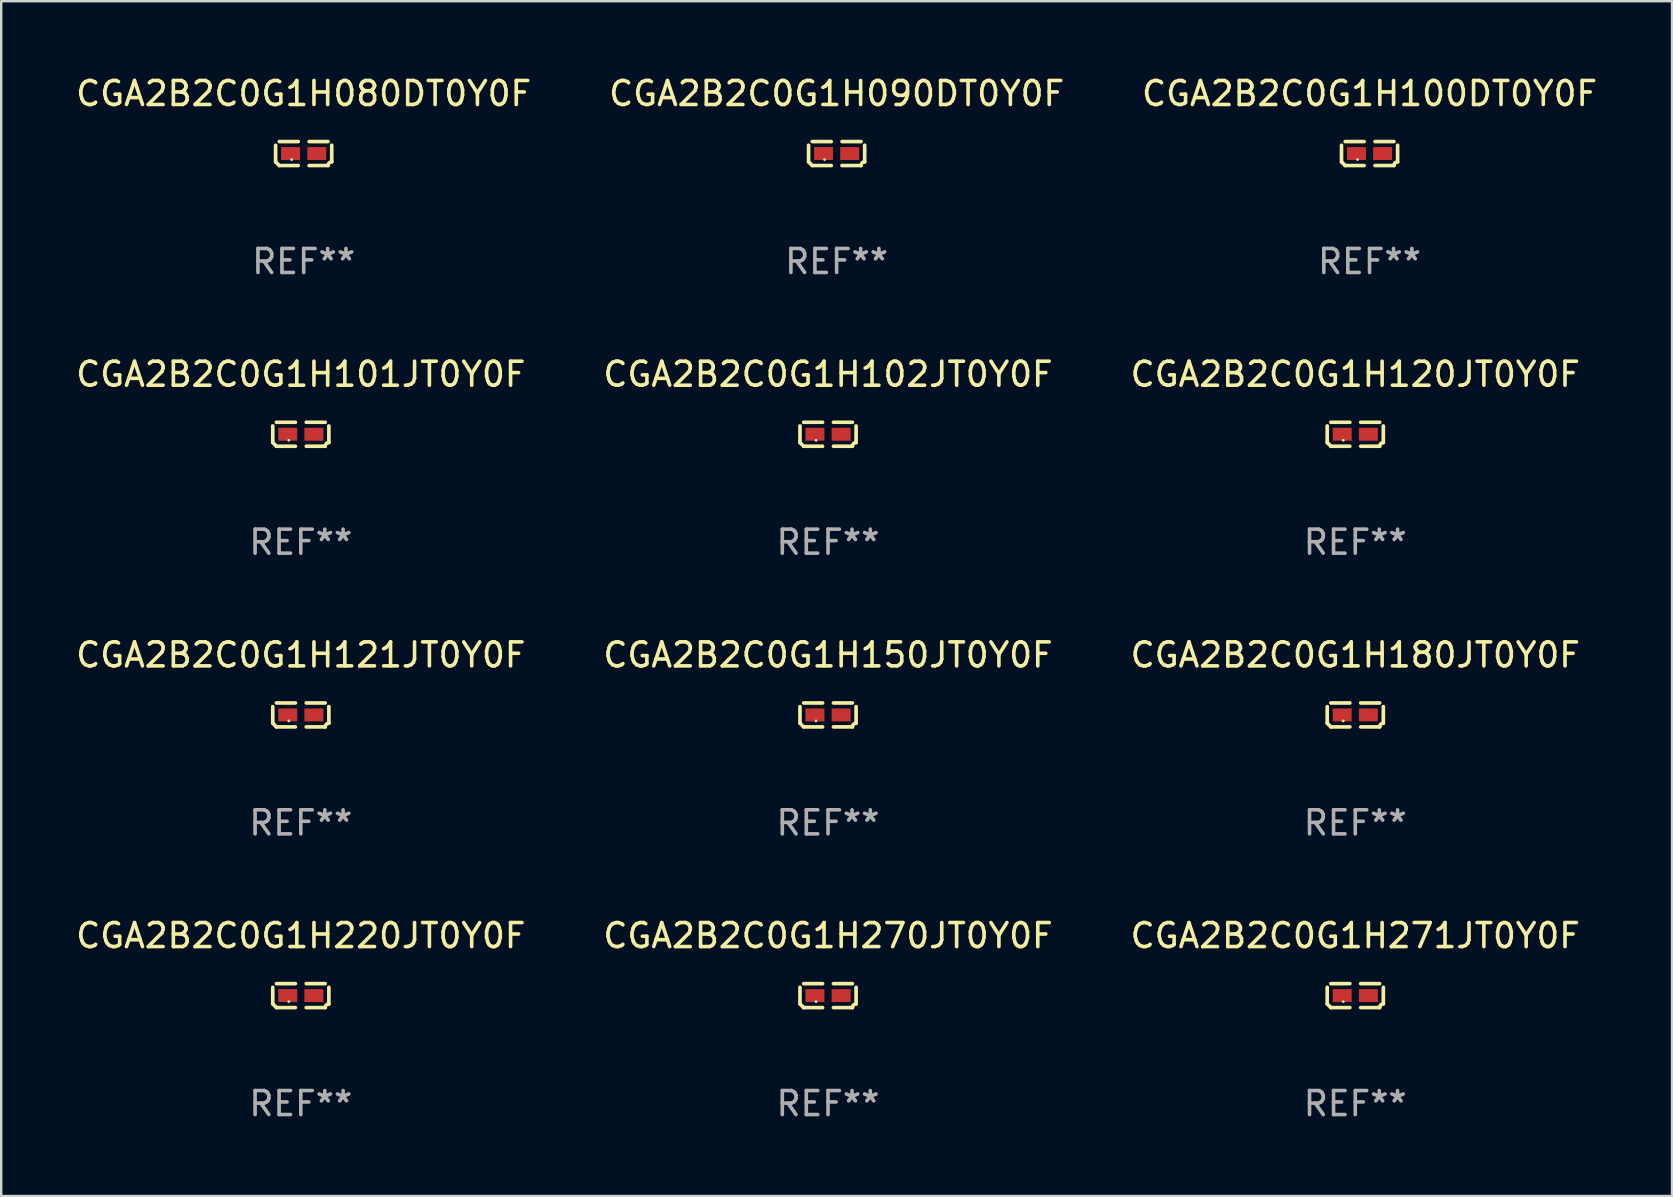
<source format=kicad_pcb>
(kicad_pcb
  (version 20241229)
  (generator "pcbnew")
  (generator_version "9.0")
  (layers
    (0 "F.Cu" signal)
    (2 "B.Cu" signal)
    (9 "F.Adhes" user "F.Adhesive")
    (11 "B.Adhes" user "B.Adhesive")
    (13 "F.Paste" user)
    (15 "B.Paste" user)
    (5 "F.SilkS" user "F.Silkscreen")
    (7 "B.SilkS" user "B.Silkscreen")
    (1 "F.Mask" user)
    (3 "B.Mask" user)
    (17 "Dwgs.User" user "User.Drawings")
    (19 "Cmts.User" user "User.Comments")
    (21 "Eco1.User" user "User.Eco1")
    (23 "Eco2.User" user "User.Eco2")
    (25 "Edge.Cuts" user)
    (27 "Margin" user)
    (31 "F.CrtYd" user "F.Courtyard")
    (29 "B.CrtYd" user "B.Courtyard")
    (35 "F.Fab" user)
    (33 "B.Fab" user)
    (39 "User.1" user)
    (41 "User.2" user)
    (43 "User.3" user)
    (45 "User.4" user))
  (footprint "CGA2B2C0G1H270JT0Y0F"
    (layer "F.Cu")
    (at 31.446 38.428)
    (property "Reference" "CGA2B2C0G1H270JT0Y0F" (at 0 -2.499 0) (layer "F.SilkS") (effects (font (size 1 1) (thickness 0.15))))
    (attr through_hole)
    (fp_line (start -1.169 0.346) (end -1.169 -0.346) (stroke (width 0.152) (type solid)) (layer "F.SilkS"))
    (fp_line (start -1.016 -0.499) (end -0.226 -0.499) (stroke (width 0.152) (type solid)) (layer "F.SilkS"))
    (fp_line (start -0.226 0.499) (end -1.016 0.499) (stroke (width 0.152) (type solid)) (layer "F.SilkS"))
    (fp_line (start 0.226 0.499) (end 1.016 0.499) (stroke (width 0.152) (type solid)) (layer "F.SilkS"))
    (fp_line (start 1.016 -0.499) (end 0.226 -0.499) (stroke (width 0.152) (type solid)) (layer "F.SilkS"))
    (fp_line (start 1.169 0.346) (end 1.169 -0.346) (stroke (width 0.152) (type solid)) (layer "F.SilkS"))
    (fp_arc (start -1.016307 0.498603) (mid -1.092512 0.422405) (end -1.16871 0.3462) (stroke (width 0.1524) (type solid)) (layer "F.SilkS"))
    (fp_arc (start 1.016307 0.498603) (mid 1.060899 0.390758) (end 1.168707 0.346076) (stroke (width 0.1524) (type solid)) (layer "F.SilkS"))
    (fp_circle (center -0.5 0.25) (end -0.47 0.25) (stroke (width 0.06) (type solid)) (fill no) (layer "F.SilkS"))
    (fp_text user "REF**" (at 0 4.499 0) (layer "F.Fab") (effects (font (size 1 1) (thickness 0.15))))
    (pad "1" smd rect (at -0.545 0) (size 0.79 0.54) (layers "F.Cu" "F.Mask" "F.Paste"))
    (pad "2" smd rect (at 0.545 0) (size 0.79 0.54) (layers "F.Cu" "F.Mask" "F.Paste")))
  (footprint "CGA2B2C0G1H150JT0Y0F"
    (layer "F.Cu")
    (at 31.446 26.734)
    (property "Reference" "CGA2B2C0G1H150JT0Y0F" (at 0 -2.499 0) (layer "F.SilkS") (effects (font (size 1 1) (thickness 0.15))))
    (attr through_hole)
    (fp_line (start -1.169 0.346) (end -1.169 -0.346) (stroke (width 0.152) (type solid)) (layer "F.SilkS"))
    (fp_line (start -1.016 -0.499) (end -0.226 -0.499) (stroke (width 0.152) (type solid)) (layer "F.SilkS"))
    (fp_line (start -0.226 0.499) (end -1.016 0.499) (stroke (width 0.152) (type solid)) (layer "F.SilkS"))
    (fp_line (start 0.226 0.499) (end 1.016 0.499) (stroke (width 0.152) (type solid)) (layer "F.SilkS"))
    (fp_line (start 1.016 -0.499) (end 0.226 -0.499) (stroke (width 0.152) (type solid)) (layer "F.SilkS"))
    (fp_line (start 1.169 0.346) (end 1.169 -0.346) (stroke (width 0.152) (type solid)) (layer "F.SilkS"))
    (fp_arc (start -1.016307 0.498603) (mid -1.092512 0.422405) (end -1.16871 0.3462) (stroke (width 0.1524) (type solid)) (layer "F.SilkS"))
    (fp_arc (start 1.016307 0.498603) (mid 1.060899 0.390758) (end 1.168707 0.346076) (stroke (width 0.1524) (type solid)) (layer "F.SilkS"))
    (fp_circle (center -0.5 0.25) (end -0.47 0.25) (stroke (width 0.06) (type solid)) (fill no) (layer "F.SilkS"))
    (fp_text user "REF**" (at 0 4.499 0) (layer "F.Fab") (effects (font (size 1 1) (thickness 0.15))))
    (pad "1" smd rect (at -0.545 0) (size 0.79 0.54) (layers "F.Cu" "F.Mask" "F.Paste"))
    (pad "2" smd rect (at 0.545 0) (size 0.79 0.54) (layers "F.Cu" "F.Mask" "F.Paste")))
  (footprint "CGA2B2C0G1H101JT0Y0F"
    (layer "F.Cu")
    (at 9.482 15.041)
    (property "Reference" "CGA2B2C0G1H101JT0Y0F" (at 0 -2.499 0) (layer "F.SilkS") (effects (font (size 1 1) (thickness 0.15))))
    (attr through_hole)
    (fp_line (start -1.169 0.346) (end -1.169 -0.346) (stroke (width 0.152) (type solid)) (layer "F.SilkS"))
    (fp_line (start -1.016 -0.499) (end -0.226 -0.499) (stroke (width 0.152) (type solid)) (layer "F.SilkS"))
    (fp_line (start -0.226 0.499) (end -1.016 0.499) (stroke (width 0.152) (type solid)) (layer "F.SilkS"))
    (fp_line (start 0.226 0.499) (end 1.016 0.499) (stroke (width 0.152) (type solid)) (layer "F.SilkS"))
    (fp_line (start 1.016 -0.499) (end 0.226 -0.499) (stroke (width 0.152) (type solid)) (layer "F.SilkS"))
    (fp_line (start 1.169 0.346) (end 1.169 -0.346) (stroke (width 0.152) (type solid)) (layer "F.SilkS"))
    (fp_arc (start -1.016307 0.498603) (mid -1.092512 0.422405) (end -1.16871 0.3462) (stroke (width 0.1524) (type solid)) (layer "F.SilkS"))
    (fp_arc (start 1.016307 0.498603) (mid 1.060899 0.390758) (end 1.168707 0.346076) (stroke (width 0.1524) (type solid)) (layer "F.SilkS"))
    (fp_circle (center -0.5 0.25) (end -0.47 0.25) (stroke (width 0.06) (type solid)) (fill no) (layer "F.SilkS"))
    (fp_text user "REF**" (at 0 4.499 0) (layer "F.Fab") (effects (font (size 1 1) (thickness 0.15))))
    (pad "1" smd rect (at -0.545 0) (size 0.79 0.54) (layers "F.Cu" "F.Mask" "F.Paste"))
    (pad "2" smd rect (at 0.545 0) (size 0.79 0.54) (layers "F.Cu" "F.Mask" "F.Paste")))
  (footprint "CGA2B2C0G1H180JT0Y0F"
    (layer "F.Cu")
    (at 53.411 26.734)
    (property "Reference" "CGA2B2C0G1H180JT0Y0F" (at 0 -2.499 0) (layer "F.SilkS") (effects (font (size 1 1) (thickness 0.15))))
    (attr through_hole)
    (fp_line (start -1.169 0.346) (end -1.169 -0.346) (stroke (width 0.152) (type solid)) (layer "F.SilkS"))
    (fp_line (start -1.016 -0.499) (end -0.226 -0.499) (stroke (width 0.152) (type solid)) (layer "F.SilkS"))
    (fp_line (start -0.226 0.499) (end -1.016 0.499) (stroke (width 0.152) (type solid)) (layer "F.SilkS"))
    (fp_line (start 0.226 0.499) (end 1.016 0.499) (stroke (width 0.152) (type solid)) (layer "F.SilkS"))
    (fp_line (start 1.016 -0.499) (end 0.226 -0.499) (stroke (width 0.152) (type solid)) (layer "F.SilkS"))
    (fp_line (start 1.169 0.346) (end 1.169 -0.346) (stroke (width 0.152) (type solid)) (layer "F.SilkS"))
    (fp_arc (start -1.016307 0.498603) (mid -1.092512 0.422405) (end -1.16871 0.3462) (stroke (width 0.1524) (type solid)) (layer "F.SilkS"))
    (fp_arc (start 1.016307 0.498603) (mid 1.060899 0.390758) (end 1.168707 0.346076) (stroke (width 0.1524) (type solid)) (layer "F.SilkS"))
    (fp_circle (center -0.5 0.25) (end -0.47 0.25) (stroke (width 0.06) (type solid)) (fill no) (layer "F.SilkS"))
    (fp_text user "REF**" (at 0 4.499 0) (layer "F.Fab") (effects (font (size 1 1) (thickness 0.15))))
    (pad "1" smd rect (at -0.545 0) (size 0.79 0.54) (layers "F.Cu" "F.Mask" "F.Paste"))
    (pad "2" smd rect (at 0.545 0) (size 0.79 0.54) (layers "F.Cu" "F.Mask" "F.Paste")))
  (footprint "CGA2B2C0G1H100DT0Y0F"
    (layer "F.Cu")
    (at 54.006 3.347)
    (property "Reference" "CGA2B2C0G1H100DT0Y0F" (at 0 -2.499 0) (layer "F.SilkS") (effects (font (size 1 1) (thickness 0.15))))
    (attr through_hole)
    (fp_line (start -1.169 0.346) (end -1.169 -0.346) (stroke (width 0.152) (type solid)) (layer "F.SilkS"))
    (fp_line (start -1.016 -0.499) (end -0.226 -0.499) (stroke (width 0.152) (type solid)) (layer "F.SilkS"))
    (fp_line (start -0.226 0.499) (end -1.016 0.499) (stroke (width 0.152) (type solid)) (layer "F.SilkS"))
    (fp_line (start 0.226 0.499) (end 1.016 0.499) (stroke (width 0.152) (type solid)) (layer "F.SilkS"))
    (fp_line (start 1.016 -0.499) (end 0.226 -0.499) (stroke (width 0.152) (type solid)) (layer "F.SilkS"))
    (fp_line (start 1.169 0.346) (end 1.169 -0.346) (stroke (width 0.152) (type solid)) (layer "F.SilkS"))
    (fp_arc (start -1.016307 0.498603) (mid -1.092512 0.422405) (end -1.16871 0.3462) (stroke (width 0.1524) (type solid)) (layer "F.SilkS"))
    (fp_arc (start 1.016307 0.498603) (mid 1.060899 0.390758) (end 1.168707 0.346076) (stroke (width 0.1524) (type solid)) (layer "F.SilkS"))
    (fp_circle (center -0.5 0.25) (end -0.47 0.25) (stroke (width 0.06) (type solid)) (fill no) (layer "F.SilkS"))
    (fp_text user "REF**" (at 0 4.499 0) (layer "F.Fab") (effects (font (size 1 1) (thickness 0.15))))
    (pad "1" smd rect (at -0.545 0) (size 0.79 0.54) (layers "F.Cu" "F.Mask" "F.Paste"))
    (pad "2" smd rect (at 0.545 0) (size 0.79 0.54) (layers "F.Cu" "F.Mask" "F.Paste")))
  (footprint "CGA2B2C0G1H220JT0Y0F"
    (layer "F.Cu")
    (at 9.482 38.428)
    (property "Reference" "CGA2B2C0G1H220JT0Y0F" (at 0 -2.499 0) (layer "F.SilkS") (effects (font (size 1 1) (thickness 0.15))))
    (attr through_hole)
    (fp_line (start -1.169 0.346) (end -1.169 -0.346) (stroke (width 0.152) (type solid)) (layer "F.SilkS"))
    (fp_line (start -1.016 -0.499) (end -0.226 -0.499) (stroke (width 0.152) (type solid)) (layer "F.SilkS"))
    (fp_line (start -0.226 0.499) (end -1.016 0.499) (stroke (width 0.152) (type solid)) (layer "F.SilkS"))
    (fp_line (start 0.226 0.499) (end 1.016 0.499) (stroke (width 0.152) (type solid)) (layer "F.SilkS"))
    (fp_line (start 1.016 -0.499) (end 0.226 -0.499) (stroke (width 0.152) (type solid)) (layer "F.SilkS"))
    (fp_line (start 1.169 0.346) (end 1.169 -0.346) (stroke (width 0.152) (type solid)) (layer "F.SilkS"))
    (fp_arc (start -1.016307 0.498603) (mid -1.092512 0.422405) (end -1.16871 0.3462) (stroke (width 0.1524) (type solid)) (layer "F.SilkS"))
    (fp_arc (start 1.016307 0.498603) (mid 1.060899 0.390758) (end 1.168707 0.346076) (stroke (width 0.1524) (type solid)) (layer "F.SilkS"))
    (fp_circle (center -0.5 0.25) (end -0.47 0.25) (stroke (width 0.06) (type solid)) (fill no) (layer "F.SilkS"))
    (fp_text user "REF**" (at 0 4.499 0) (layer "F.Fab") (effects (font (size 1 1) (thickness 0.15))))
    (pad "1" smd rect (at -0.545 0) (size 0.79 0.54) (layers "F.Cu" "F.Mask" "F.Paste"))
    (pad "2" smd rect (at 0.545 0) (size 0.79 0.54) (layers "F.Cu" "F.Mask" "F.Paste")))
  (footprint "CGA2B2C0G1H121JT0Y0F"
    (layer "F.Cu")
    (at 9.482 26.734)
    (property "Reference" "CGA2B2C0G1H121JT0Y0F" (at 0 -2.499 0) (layer "F.SilkS") (effects (font (size 1 1) (thickness 0.15))))
    (attr through_hole)
    (fp_line (start -1.169 0.346) (end -1.169 -0.346) (stroke (width 0.152) (type solid)) (layer "F.SilkS"))
    (fp_line (start -1.016 -0.499) (end -0.226 -0.499) (stroke (width 0.152) (type solid)) (layer "F.SilkS"))
    (fp_line (start -0.226 0.499) (end -1.016 0.499) (stroke (width 0.152) (type solid)) (layer "F.SilkS"))
    (fp_line (start 0.226 0.499) (end 1.016 0.499) (stroke (width 0.152) (type solid)) (layer "F.SilkS"))
    (fp_line (start 1.016 -0.499) (end 0.226 -0.499) (stroke (width 0.152) (type solid)) (layer "F.SilkS"))
    (fp_line (start 1.169 0.346) (end 1.169 -0.346) (stroke (width 0.152) (type solid)) (layer "F.SilkS"))
    (fp_arc (start -1.016307 0.498603) (mid -1.092512 0.422405) (end -1.16871 0.3462) (stroke (width 0.1524) (type solid)) (layer "F.SilkS"))
    (fp_arc (start 1.016307 0.498603) (mid 1.060899 0.390758) (end 1.168707 0.346076) (stroke (width 0.1524) (type solid)) (layer "F.SilkS"))
    (fp_circle (center -0.5 0.25) (end -0.47 0.25) (stroke (width 0.06) (type solid)) (fill no) (layer "F.SilkS"))
    (fp_text user "REF**" (at 0 4.499 0) (layer "F.Fab") (effects (font (size 1 1) (thickness 0.15))))
    (pad "1" smd rect (at -0.545 0) (size 0.79 0.54) (layers "F.Cu" "F.Mask" "F.Paste"))
    (pad "2" smd rect (at 0.545 0) (size 0.79 0.54) (layers "F.Cu" "F.Mask" "F.Paste")))
  (footprint "CGA2B2C0G1H080DT0Y0F"
    (layer "F.Cu")
    (at 9.601 3.347)
    (property "Reference" "CGA2B2C0G1H080DT0Y0F" (at 0 -2.499 0) (layer "F.SilkS") (effects (font (size 1 1) (thickness 0.15))))
    (attr through_hole)
    (fp_line (start -1.169 0.346) (end -1.169 -0.346) (stroke (width 0.152) (type solid)) (layer "F.SilkS"))
    (fp_line (start -1.016 -0.499) (end -0.226 -0.499) (stroke (width 0.152) (type solid)) (layer "F.SilkS"))
    (fp_line (start -0.226 0.499) (end -1.016 0.499) (stroke (width 0.152) (type solid)) (layer "F.SilkS"))
    (fp_line (start 0.226 0.499) (end 1.016 0.499) (stroke (width 0.152) (type solid)) (layer "F.SilkS"))
    (fp_line (start 1.016 -0.499) (end 0.226 -0.499) (stroke (width 0.152) (type solid)) (layer "F.SilkS"))
    (fp_line (start 1.169 0.346) (end 1.169 -0.346) (stroke (width 0.152) (type solid)) (layer "F.SilkS"))
    (fp_arc (start -1.016307 0.498603) (mid -1.092512 0.422405) (end -1.16871 0.3462) (stroke (width 0.1524) (type solid)) (layer "F.SilkS"))
    (fp_arc (start 1.016307 0.498603) (mid 1.060899 0.390758) (end 1.168707 0.346076) (stroke (width 0.1524) (type solid)) (layer "F.SilkS"))
    (fp_circle (center -0.5 0.25) (end -0.47 0.25) (stroke (width 0.06) (type solid)) (fill no) (layer "F.SilkS"))
    (fp_text user "REF**" (at 0 4.499 0) (layer "F.Fab") (effects (font (size 1 1) (thickness 0.15))))
    (pad "1" smd rect (at -0.545 0) (size 0.79 0.54) (layers "F.Cu" "F.Mask" "F.Paste"))
    (pad "2" smd rect (at 0.545 0) (size 0.79 0.54) (layers "F.Cu" "F.Mask" "F.Paste")))
  (footprint "CGA2B2C0G1H102JT0Y0F"
    (layer "F.Cu")
    (at 31.446 15.041)
    (property "Reference" "CGA2B2C0G1H102JT0Y0F" (at 0 -2.499 0) (layer "F.SilkS") (effects (font (size 1 1) (thickness 0.15))))
    (attr through_hole)
    (fp_line (start -1.169 0.346) (end -1.169 -0.346) (stroke (width 0.152) (type solid)) (layer "F.SilkS"))
    (fp_line (start -1.016 -0.499) (end -0.226 -0.499) (stroke (width 0.152) (type solid)) (layer "F.SilkS"))
    (fp_line (start -0.226 0.499) (end -1.016 0.499) (stroke (width 0.152) (type solid)) (layer "F.SilkS"))
    (fp_line (start 0.226 0.499) (end 1.016 0.499) (stroke (width 0.152) (type solid)) (layer "F.SilkS"))
    (fp_line (start 1.016 -0.499) (end 0.226 -0.499) (stroke (width 0.152) (type solid)) (layer "F.SilkS"))
    (fp_line (start 1.169 0.346) (end 1.169 -0.346) (stroke (width 0.152) (type solid)) (layer "F.SilkS"))
    (fp_arc (start -1.016307 0.498603) (mid -1.092512 0.422405) (end -1.16871 0.3462) (stroke (width 0.1524) (type solid)) (layer "F.SilkS"))
    (fp_arc (start 1.016307 0.498603) (mid 1.060899 0.390758) (end 1.168707 0.346076) (stroke (width 0.1524) (type solid)) (layer "F.SilkS"))
    (fp_circle (center -0.5 0.25) (end -0.47 0.25) (stroke (width 0.06) (type solid)) (fill no) (layer "F.SilkS"))
    (fp_text user "REF**" (at 0 4.499 0) (layer "F.Fab") (effects (font (size 1 1) (thickness 0.15))))
    (pad "1" smd rect (at -0.545 0) (size 0.79 0.54) (layers "F.Cu" "F.Mask" "F.Paste"))
    (pad "2" smd rect (at 0.545 0) (size 0.79 0.54) (layers "F.Cu" "F.Mask" "F.Paste")))
  (footprint "CGA2B2C0G1H120JT0Y0F"
    (layer "F.Cu")
    (at 53.411 15.041)
    (property "Reference" "CGA2B2C0G1H120JT0Y0F" (at 0 -2.499 0) (layer "F.SilkS") (effects (font (size 1 1) (thickness 0.15))))
    (attr through_hole)
    (fp_line (start -1.169 0.346) (end -1.169 -0.346) (stroke (width 0.152) (type solid)) (layer "F.SilkS"))
    (fp_line (start -1.016 -0.499) (end -0.226 -0.499) (stroke (width 0.152) (type solid)) (layer "F.SilkS"))
    (fp_line (start -0.226 0.499) (end -1.016 0.499) (stroke (width 0.152) (type solid)) (layer "F.SilkS"))
    (fp_line (start 0.226 0.499) (end 1.016 0.499) (stroke (width 0.152) (type solid)) (layer "F.SilkS"))
    (fp_line (start 1.016 -0.499) (end 0.226 -0.499) (stroke (width 0.152) (type solid)) (layer "F.SilkS"))
    (fp_line (start 1.169 0.346) (end 1.169 -0.346) (stroke (width 0.152) (type solid)) (layer "F.SilkS"))
    (fp_arc (start -1.016307 0.498603) (mid -1.092512 0.422405) (end -1.16871 0.3462) (stroke (width 0.1524) (type solid)) (layer "F.SilkS"))
    (fp_arc (start 1.016307 0.498603) (mid 1.060899 0.390758) (end 1.168707 0.346076) (stroke (width 0.1524) (type solid)) (layer "F.SilkS"))
    (fp_circle (center -0.5 0.25) (end -0.47 0.25) (stroke (width 0.06) (type solid)) (fill no) (layer "F.SilkS"))
    (fp_text user "REF**" (at 0 4.499 0) (layer "F.Fab") (effects (font (size 1 1) (thickness 0.15))))
    (pad "1" smd rect (at -0.545 0) (size 0.79 0.54) (layers "F.Cu" "F.Mask" "F.Paste"))
    (pad "2" smd rect (at 0.545 0) (size 0.79 0.54) (layers "F.Cu" "F.Mask" "F.Paste")))
  (footprint "CGA2B2C0G1H090DT0Y0F"
    (layer "F.Cu")
    (at 31.804 3.347)
    (property "Reference" "CGA2B2C0G1H090DT0Y0F" (at 0 -2.499 0) (layer "F.SilkS") (effects (font (size 1 1) (thickness 0.15))))
    (attr through_hole)
    (fp_line (start -1.169 0.346) (end -1.169 -0.346) (stroke (width 0.152) (type solid)) (layer "F.SilkS"))
    (fp_line (start -1.016 -0.499) (end -0.226 -0.499) (stroke (width 0.152) (type solid)) (layer "F.SilkS"))
    (fp_line (start -0.226 0.499) (end -1.016 0.499) (stroke (width 0.152) (type solid)) (layer "F.SilkS"))
    (fp_line (start 0.226 0.499) (end 1.016 0.499) (stroke (width 0.152) (type solid)) (layer "F.SilkS"))
    (fp_line (start 1.016 -0.499) (end 0.226 -0.499) (stroke (width 0.152) (type solid)) (layer "F.SilkS"))
    (fp_line (start 1.169 0.346) (end 1.169 -0.346) (stroke (width 0.152) (type solid)) (layer "F.SilkS"))
    (fp_arc (start -1.016307 0.498603) (mid -1.092512 0.422405) (end -1.16871 0.3462) (stroke (width 0.1524) (type solid)) (layer "F.SilkS"))
    (fp_arc (start 1.016307 0.498603) (mid 1.060899 0.390758) (end 1.168707 0.346076) (stroke (width 0.1524) (type solid)) (layer "F.SilkS"))
    (fp_circle (center -0.5 0.25) (end -0.47 0.25) (stroke (width 0.06) (type solid)) (fill no) (layer "F.SilkS"))
    (fp_text user "REF**" (at 0 4.499 0) (layer "F.Fab") (effects (font (size 1 1) (thickness 0.15))))
    (pad "1" smd rect (at -0.545 0) (size 0.79 0.54) (layers "F.Cu" "F.Mask" "F.Paste"))
    (pad "2" smd rect (at 0.545 0) (size 0.79 0.54) (layers "F.Cu" "F.Mask" "F.Paste")))
  (footprint "CGA2B2C0G1H271JT0Y0F"
    (layer "F.Cu")
    (at 53.411 38.428)
    (property "Reference" "CGA2B2C0G1H271JT0Y0F" (at 0 -2.499 0) (layer "F.SilkS") (effects (font (size 1 1) (thickness 0.15))))
    (attr through_hole)
    (fp_line (start -1.169 0.346) (end -1.169 -0.346) (stroke (width 0.152) (type solid)) (layer "F.SilkS"))
    (fp_line (start -1.016 -0.499) (end -0.226 -0.499) (stroke (width 0.152) (type solid)) (layer "F.SilkS"))
    (fp_line (start -0.226 0.499) (end -1.016 0.499) (stroke (width 0.152) (type solid)) (layer "F.SilkS"))
    (fp_line (start 0.226 0.499) (end 1.016 0.499) (stroke (width 0.152) (type solid)) (layer "F.SilkS"))
    (fp_line (start 1.016 -0.499) (end 0.226 -0.499) (stroke (width 0.152) (type solid)) (layer "F.SilkS"))
    (fp_line (start 1.169 0.346) (end 1.169 -0.346) (stroke (width 0.152) (type solid)) (layer "F.SilkS"))
    (fp_arc (start -1.016307 0.498603) (mid -1.092512 0.422405) (end -1.16871 0.3462) (stroke (width 0.1524) (type solid)) (layer "F.SilkS"))
    (fp_arc (start 1.016307 0.498603) (mid 1.060899 0.390758) (end 1.168707 0.346076) (stroke (width 0.1524) (type solid)) (layer "F.SilkS"))
    (fp_circle (center -0.5 0.25) (end -0.47 0.25) (stroke (width 0.06) (type solid)) (fill no) (layer "F.SilkS"))
    (fp_text user "REF**" (at 0 4.499 0) (layer "F.Fab") (effects (font (size 1 1) (thickness 0.15))))
    (pad "1" smd rect (at -0.545 0) (size 0.79 0.54) (layers "F.Cu" "F.Mask" "F.Paste"))
    (pad "2" smd rect (at 0.545 0) (size 0.79 0.54) (layers "F.Cu" "F.Mask" "F.Paste")))
  (gr_rect
    (start -3 -3)
    (end 66.607 46.775)
    (stroke (width 0.1) (type default))
    (fill no)
    (layer "Edge.Cuts")))
</source>
